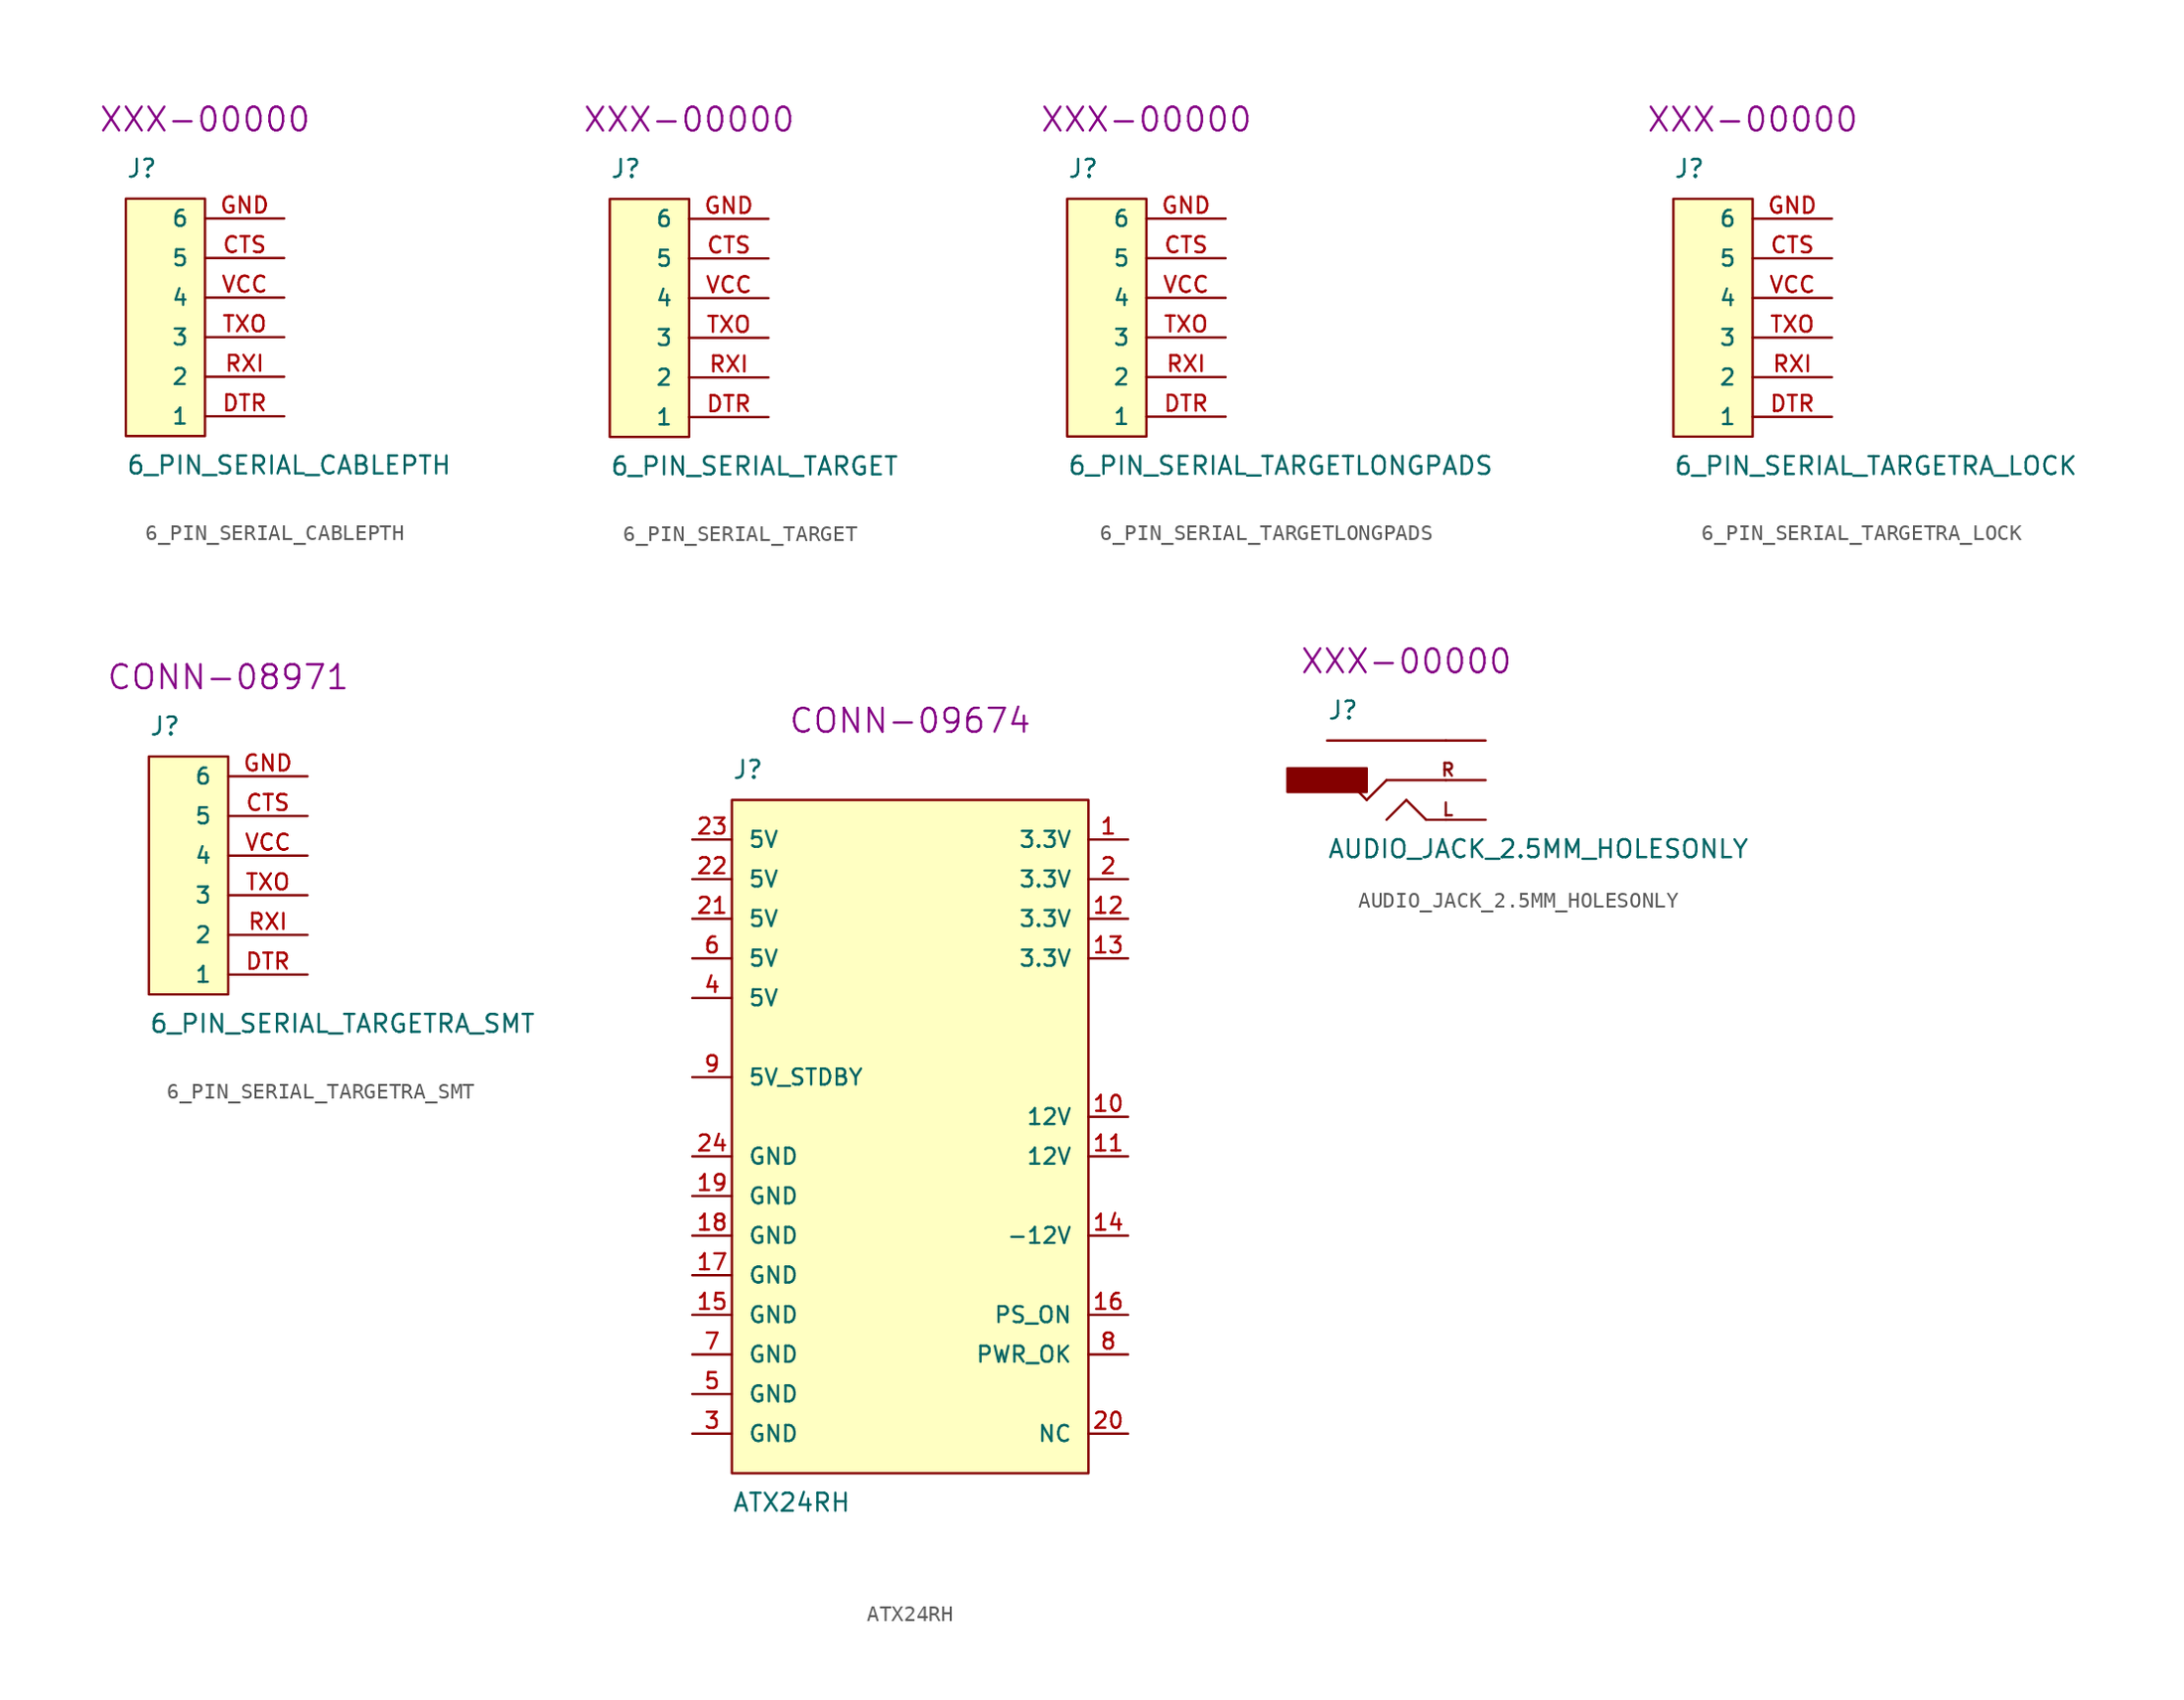
<source format=kicad_sym>
(kicad_symbol_lib
  (version 20220914)
  (generator kicad_symbol_editor)
  (symbol "6_PIN_SERIAL_CABLEPTH"
    (pin_names
      (offset 1.016))
    (property "Reference" "J"
      (at -5.08 15.24 0)
      (effects (font (size 1.143 1.143)) (justify left bottom)))
    (property "Value" "6_PIN_SERIAL_CABLEPTH"
      (at -5.08 -3.81 0)
      (effects (font (size 1.143 1.143)) (justify left bottom)))
    (property "Field4" "XXX-00000"
      (at 0 19.05 0)
      (effects (font (size 1.524 1.524))))
    (symbol "6_PIN_SERIAL_CABLEPTH_0_1"
      (rectangle (start -5.08 13.97) (end 0 -1.27) (stroke (width 0) (type solid)) (fill (type background))))
    (symbol "6_PIN_SERIAL_CABLEPTH_1_1"
      (pin passive line (at 5.08 10.16 180) (length 5.08) (name "5" (effects (font (size 1.016 1.016)))) (number "CTS" (effects (font (size 1.016 1.016)))))
      (pin passive line (at 5.08 0 180) (length 5.08) (name "1" (effects (font (size 1.016 1.016)))) (number "DTR" (effects (font (size 1.016 1.016)))))
      (pin passive line (at 5.08 12.7 180) (length 5.08) (name "6" (effects (font (size 1.016 1.016)))) (number "GND" (effects (font (size 1.016 1.016)))))
      (pin passive line (at 5.08 2.54 180) (length 5.08) (name "2" (effects (font (size 1.016 1.016)))) (number "RXI" (effects (font (size 1.016 1.016)))))
      (pin passive line (at 5.08 5.08 180) (length 5.08) (name "3" (effects (font (size 1.016 1.016)))) (number "TXO" (effects (font (size 1.016 1.016)))))
      (pin passive line (at 5.08 7.62 180) (length 5.08) (name "4" (effects (font (size 1.016 1.016)))) (number "VCC" (effects (font (size 1.016 1.016)))))))
  (symbol "6_PIN_SERIAL_TARGET"
    (pin_names
      (offset 1.016))
    (property "Reference" "J"
      (at -5.08 15.24 0)
      (effects (font (size 1.143 1.143)) (justify left bottom)))
    (property "Value" "6_PIN_SERIAL_TARGET"
      (at -5.08 -3.81 0)
      (effects (font (size 1.143 1.143)) (justify left bottom)))
    (property "Field4" "XXX-00000"
      (at 0 19.05 0)
      (effects (font (size 1.524 1.524))))
    (property "ki_locked" ""
      (at 0 0 0)
      (effects (font (size 1.27 1.27))))
    (symbol "6_PIN_SERIAL_TARGET_0_1"
      (rectangle (start -5.08 13.97) (end 0 -1.27) (stroke (width 0) (type solid)) (fill (type background))))
    (symbol "6_PIN_SERIAL_TARGET_1_1"
      (pin passive line (at 5.08 10.16 180) (length 5.08) (name "5" (effects (font (size 1.016 1.016)))) (number "CTS" (effects (font (size 1.016 1.016)))))
      (pin passive line (at 5.08 0 180) (length 5.08) (name "1" (effects (font (size 1.016 1.016)))) (number "DTR" (effects (font (size 1.016 1.016)))))
      (pin passive line (at 5.08 12.7 180) (length 5.08) (name "6" (effects (font (size 1.016 1.016)))) (number "GND" (effects (font (size 1.016 1.016)))))
      (pin passive line (at 5.08 2.54 180) (length 5.08) (name "2" (effects (font (size 1.016 1.016)))) (number "RXI" (effects (font (size 1.016 1.016)))))
      (pin passive line (at 5.08 5.08 180) (length 5.08) (name "3" (effects (font (size 1.016 1.016)))) (number "TXO" (effects (font (size 1.016 1.016)))))
      (pin passive line (at 5.08 7.62 180) (length 5.08) (name "4" (effects (font (size 1.016 1.016)))) (number "VCC" (effects (font (size 1.016 1.016)))))))
  (symbol "6_PIN_SERIAL_TARGETLONGPADS"
    (pin_names
      (offset 1.016))
    (property "Reference" "J"
      (at -5.08 15.24 0)
      (effects (font (size 1.143 1.143)) (justify left bottom)))
    (property "Value" "6_PIN_SERIAL_TARGETLONGPADS"
      (at -5.08 -3.81 0)
      (effects (font (size 1.143 1.143)) (justify left bottom)))
    (property "Field4" "XXX-00000"
      (at 0 19.05 0)
      (effects (font (size 1.524 1.524))))
    (property "ki_locked" ""
      (at 0 0 0)
      (effects (font (size 1.27 1.27))))
    (symbol "6_PIN_SERIAL_TARGETLONGPADS_0_1"
      (rectangle (start -5.08 13.97) (end 0 -1.27) (stroke (width 0) (type solid)) (fill (type background))))
    (symbol "6_PIN_SERIAL_TARGETLONGPADS_1_1"
      (pin passive line (at 5.08 10.16 180) (length 5.08) (name "5" (effects (font (size 1.016 1.016)))) (number "CTS" (effects (font (size 1.016 1.016)))))
      (pin passive line (at 5.08 0 180) (length 5.08) (name "1" (effects (font (size 1.016 1.016)))) (number "DTR" (effects (font (size 1.016 1.016)))))
      (pin passive line (at 5.08 12.7 180) (length 5.08) (name "6" (effects (font (size 1.016 1.016)))) (number "GND" (effects (font (size 1.016 1.016)))))
      (pin passive line (at 5.08 2.54 180) (length 5.08) (name "2" (effects (font (size 1.016 1.016)))) (number "RXI" (effects (font (size 1.016 1.016)))))
      (pin passive line (at 5.08 5.08 180) (length 5.08) (name "3" (effects (font (size 1.016 1.016)))) (number "TXO" (effects (font (size 1.016 1.016)))))
      (pin passive line (at 5.08 7.62 180) (length 5.08) (name "4" (effects (font (size 1.016 1.016)))) (number "VCC" (effects (font (size 1.016 1.016)))))))
  (symbol "6_PIN_SERIAL_TARGETRA_LOCK"
    (pin_names
      (offset 1.016))
    (property "Reference" "J"
      (at -5.08 15.24 0)
      (effects (font (size 1.143 1.143)) (justify left bottom)))
    (property "Value" "6_PIN_SERIAL_TARGETRA_LOCK"
      (at -5.08 -3.81 0)
      (effects (font (size 1.143 1.143)) (justify left bottom)))
    (property "Field4" "XXX-00000"
      (at 0 19.05 0)
      (effects (font (size 1.524 1.524))))
    (property "ki_locked" ""
      (at 0 0 0)
      (effects (font (size 1.27 1.27))))
    (symbol "6_PIN_SERIAL_TARGETRA_LOCK_0_1"
      (rectangle (start -5.08 13.97) (end 0 -1.27) (stroke (width 0) (type solid)) (fill (type background))))
    (symbol "6_PIN_SERIAL_TARGETRA_LOCK_1_1"
      (pin passive line (at 5.08 10.16 180) (length 5.08) (name "5" (effects (font (size 1.016 1.016)))) (number "CTS" (effects (font (size 1.016 1.016)))))
      (pin passive line (at 5.08 0 180) (length 5.08) (name "1" (effects (font (size 1.016 1.016)))) (number "DTR" (effects (font (size 1.016 1.016)))))
      (pin passive line (at 5.08 12.7 180) (length 5.08) (name "6" (effects (font (size 1.016 1.016)))) (number "GND" (effects (font (size 1.016 1.016)))))
      (pin passive line (at 5.08 2.54 180) (length 5.08) (name "2" (effects (font (size 1.016 1.016)))) (number "RXI" (effects (font (size 1.016 1.016)))))
      (pin passive line (at 5.08 5.08 180) (length 5.08) (name "3" (effects (font (size 1.016 1.016)))) (number "TXO" (effects (font (size 1.016 1.016)))))
      (pin passive line (at 5.08 7.62 180) (length 5.08) (name "4" (effects (font (size 1.016 1.016)))) (number "VCC" (effects (font (size 1.016 1.016)))))))
  (symbol "6_PIN_SERIAL_TARGETRA_SMT"
    (pin_names
      (offset 1.016))
    (property "Reference" "J"
      (at -5.08 15.24 0)
      (effects (font (size 1.143 1.143)) (justify left bottom)))
    (property "Value" "6_PIN_SERIAL_TARGETRA_SMT"
      (at -5.08 -3.81 0)
      (effects (font (size 1.143 1.143)) (justify left bottom)))
    (property "Field4" "CONN-08971"
      (at 0 19.05 0)
      (effects (font (size 1.524 1.524))))
    (property "ki_locked" ""
      (at 0 0 0)
      (effects (font (size 1.27 1.27))))
    (symbol "6_PIN_SERIAL_TARGETRA_SMT_0_1"
      (rectangle (start -5.08 13.97) (end 0 -1.27) (stroke (width 0) (type solid)) (fill (type background))))
    (symbol "6_PIN_SERIAL_TARGETRA_SMT_1_1"
      (pin passive line (at 5.08 10.16 180) (length 5.08) (name "5" (effects (font (size 1.016 1.016)))) (number "CTS" (effects (font (size 1.016 1.016)))))
      (pin passive line (at 5.08 0 180) (length 5.08) (name "1" (effects (font (size 1.016 1.016)))) (number "DTR" (effects (font (size 1.016 1.016)))))
      (pin passive line (at 5.08 12.7 180) (length 5.08) (name "6" (effects (font (size 1.016 1.016)))) (number "GND" (effects (font (size 1.016 1.016)))))
      (pin passive line (at 5.08 2.54 180) (length 5.08) (name "2" (effects (font (size 1.016 1.016)))) (number "RXI" (effects (font (size 1.016 1.016)))))
      (pin passive line (at 5.08 5.08 180) (length 5.08) (name "3" (effects (font (size 1.016 1.016)))) (number "TXO" (effects (font (size 1.016 1.016)))))
      (pin passive line (at 5.08 7.62 180) (length 5.08) (name "4" (effects (font (size 1.016 1.016)))) (number "VCC" (effects (font (size 1.016 1.016)))))))
  (symbol "ATX24RH"
    (pin_names
      (offset 1.016))
    (property "Reference" "J"
      (at -11.43 21.59 0)
      (effects (font (size 1.143 1.143)) (justify left bottom)))
    (property "Value" "ATX24RH"
      (at -11.43 -25.4 0)
      (effects (font (size 1.143 1.143)) (justify left bottom)))
    (property "Field4" "CONN-09674"
      (at 0 25.4 0)
      (effects (font (size 1.524 1.524))))
    (property "ki_locked" ""
      (at 0 0 0)
      (effects (font (size 1.27 1.27))))
    (symbol "ATX24RH_1_1"
      (polyline (pts (xy -11.43 -22.86) (xy -11.43 20.32) (xy 11.43 20.32) (xy 11.43 -22.86) (xy -11.43 -22.86)) (stroke (width 0) (type solid)) (fill (type background)))
      (pin bidirectional line (at 13.97 17.78 180) (length 2.54) (name "3.3V" (effects (font (size 1.016 1.016)))) (number "1" (effects (font (size 1.016 1.016)))))
      (pin bidirectional line (at 13.97 0 180) (length 2.54) (name "12V" (effects (font (size 1.016 1.016)))) (number "10" (effects (font (size 1.016 1.016)))))
      (pin bidirectional line (at 13.97 -2.54 180) (length 2.54) (name "12V" (effects (font (size 1.016 1.016)))) (number "11" (effects (font (size 1.016 1.016)))))
      (pin bidirectional line (at 13.97 12.7 180) (length 2.54) (name "3.3V" (effects (font (size 1.016 1.016)))) (number "12" (effects (font (size 1.016 1.016)))))
      (pin bidirectional line (at 13.97 10.16 180) (length 2.54) (name "3.3V" (effects (font (size 1.016 1.016)))) (number "13" (effects (font (size 1.016 1.016)))))
      (pin bidirectional line (at 13.97 -7.62 180) (length 2.54) (name "-12V" (effects (font (size 1.016 1.016)))) (number "14" (effects (font (size 1.016 1.016)))))
      (pin bidirectional line (at -13.97 -12.7 0) (length 2.54) (name "GND" (effects (font (size 1.016 1.016)))) (number "15" (effects (font (size 1.016 1.016)))))
      (pin bidirectional line (at 13.97 -12.7 180) (length 2.54) (name "PS_ON" (effects (font (size 1.016 1.016)))) (number "16" (effects (font (size 1.016 1.016)))))
      (pin bidirectional line (at -13.97 -10.16 0) (length 2.54) (name "GND" (effects (font (size 1.016 1.016)))) (number "17" (effects (font (size 1.016 1.016)))))
      (pin bidirectional line (at -13.97 -7.62 0) (length 2.54) (name "GND" (effects (font (size 1.016 1.016)))) (number "18" (effects (font (size 1.016 1.016)))))
      (pin bidirectional line (at -13.97 -5.08 0) (length 2.54) (name "GND" (effects (font (size 1.016 1.016)))) (number "19" (effects (font (size 1.016 1.016)))))
      (pin bidirectional line (at 13.97 15.24 180) (length 2.54) (name "3.3V" (effects (font (size 1.016 1.016)))) (number "2" (effects (font (size 1.016 1.016)))))
      (pin bidirectional line (at 13.97 -20.32 180) (length 2.54) (name "NC" (effects (font (size 1.016 1.016)))) (number "20" (effects (font (size 1.016 1.016)))))
      (pin bidirectional line (at -13.97 12.7 0) (length 2.54) (name "5V" (effects (font (size 1.016 1.016)))) (number "21" (effects (font (size 1.016 1.016)))))
      (pin bidirectional line (at -13.97 15.24 0) (length 2.54) (name "5V" (effects (font (size 1.016 1.016)))) (number "22" (effects (font (size 1.016 1.016)))))
      (pin bidirectional line (at -13.97 17.78 0) (length 2.54) (name "5V" (effects (font (size 1.016 1.016)))) (number "23" (effects (font (size 1.016 1.016)))))
      (pin bidirectional line (at -13.97 -2.54 0) (length 2.54) (name "GND" (effects (font (size 1.016 1.016)))) (number "24" (effects (font (size 1.016 1.016)))))
      (pin bidirectional line (at -13.97 -20.32 0) (length 2.54) (name "GND" (effects (font (size 1.016 1.016)))) (number "3" (effects (font (size 1.016 1.016)))))
      (pin bidirectional line (at -13.97 7.62 0) (length 2.54) (name "5V" (effects (font (size 1.016 1.016)))) (number "4" (effects (font (size 1.016 1.016)))))
      (pin bidirectional line (at -13.97 -17.78 0) (length 2.54) (name "GND" (effects (font (size 1.016 1.016)))) (number "5" (effects (font (size 1.016 1.016)))))
      (pin bidirectional line (at -13.97 10.16 0) (length 2.54) (name "5V" (effects (font (size 1.016 1.016)))) (number "6" (effects (font (size 1.016 1.016)))))
      (pin bidirectional line (at -13.97 -15.24 0) (length 2.54) (name "GND" (effects (font (size 1.016 1.016)))) (number "7" (effects (font (size 1.016 1.016)))))
      (pin bidirectional line (at 13.97 -15.24 180) (length 2.54) (name "PWR_OK" (effects (font (size 1.016 1.016)))) (number "8" (effects (font (size 1.016 1.016)))))
      (pin bidirectional line (at -13.97 2.54 0) (length 2.54) (name "5V_STDBY" (effects (font (size 1.016 1.016)))) (number "9" (effects (font (size 1.016 1.016)))))))
  (symbol "AUDIO_JACK_2.5MM_HOLESONLY"
    (pin_numbers hide)
    (pin_names
      (offset 1.016) hide)
    (property "Reference" "J"
      (at -5.08 3.81 0)
      (effects (font (size 1.143 1.143)) (justify left bottom)))
    (property "Value" "AUDIO_JACK_2.5MM_HOLESONLY"
      (at -5.08 -5.08 0)
      (effects (font (size 1.143 1.143)) (justify left bottom)))
    (property "Field4" "XXX-00000"
      (at 0 7.62 0)
      (effects (font (size 1.524 1.524))))
    (property "ki_locked" ""
      (at 0 0 0)
      (effects (font (size 1.27 1.27))))
    (symbol "AUDIO_JACK_2.5MM_HOLESONLY_1_0"
      (polyline (pts (xy -2.54 -1.27) (xy -3.81 0)) (stroke (width 0) (type solid)) (fill (type none)))
      (polyline (pts (xy -1.27 -2.54) (xy 0 -1.27)) (stroke (width 0) (type solid)) (fill (type none)))
      (polyline (pts (xy -1.27 0) (xy -2.54 -1.27)) (stroke (width 0) (type solid)) (fill (type none)))
      (polyline (pts (xy 0 -1.27) (xy 1.27 -2.54)) (stroke (width 0) (type solid)) (fill (type none)))
      (polyline (pts (xy 1.27 -2.54) (xy 2.54 -2.54)) (stroke (width 0) (type solid)) (fill (type none)))
      (polyline (pts (xy 2.54 0) (xy -1.27 0)) (stroke (width 0) (type solid)) (fill (type none)))
      (polyline (pts (xy 2.54 2.54) (xy -5.08 2.54)) (stroke (width 0) (type solid)) (fill (type none)))
      (text "L" (at 2.667 -1.88 0) (effects (font (size 0.813 0.813))))
      (text "R" (at 2.667 0.66 0) (effects (font (size 0.813 0.813)))))
    (symbol "AUDIO_JACK_2.5MM_HOLESONLY_1_1"
      (rectangle (start -7.62 -0.762) (end -2.54 0.762) (stroke (width 0) (type solid)) (fill (type outline)))
      (pin bidirectional line (at 5.08 2.54 180) (length 2.54) (name "SLEEVE" (effects (font (size 1.016 1.016)))) (number "RING" (effects (font (size 1.016 1.016)))))
      (pin bidirectional line (at 5.08 -2.54 180) (length 2.54) (name "LEFT" (effects (font (size 1.016 1.016)))) (number "SHIE" (effects (font (size 1.016 1.016)))))
      (pin bidirectional line (at 5.08 0 180) (length 2.54) (name "RIGHT" (effects (font (size 1.016 1.016)))) (number "TIP" (effects (font (size 1.016 1.016))))))))
</source>
